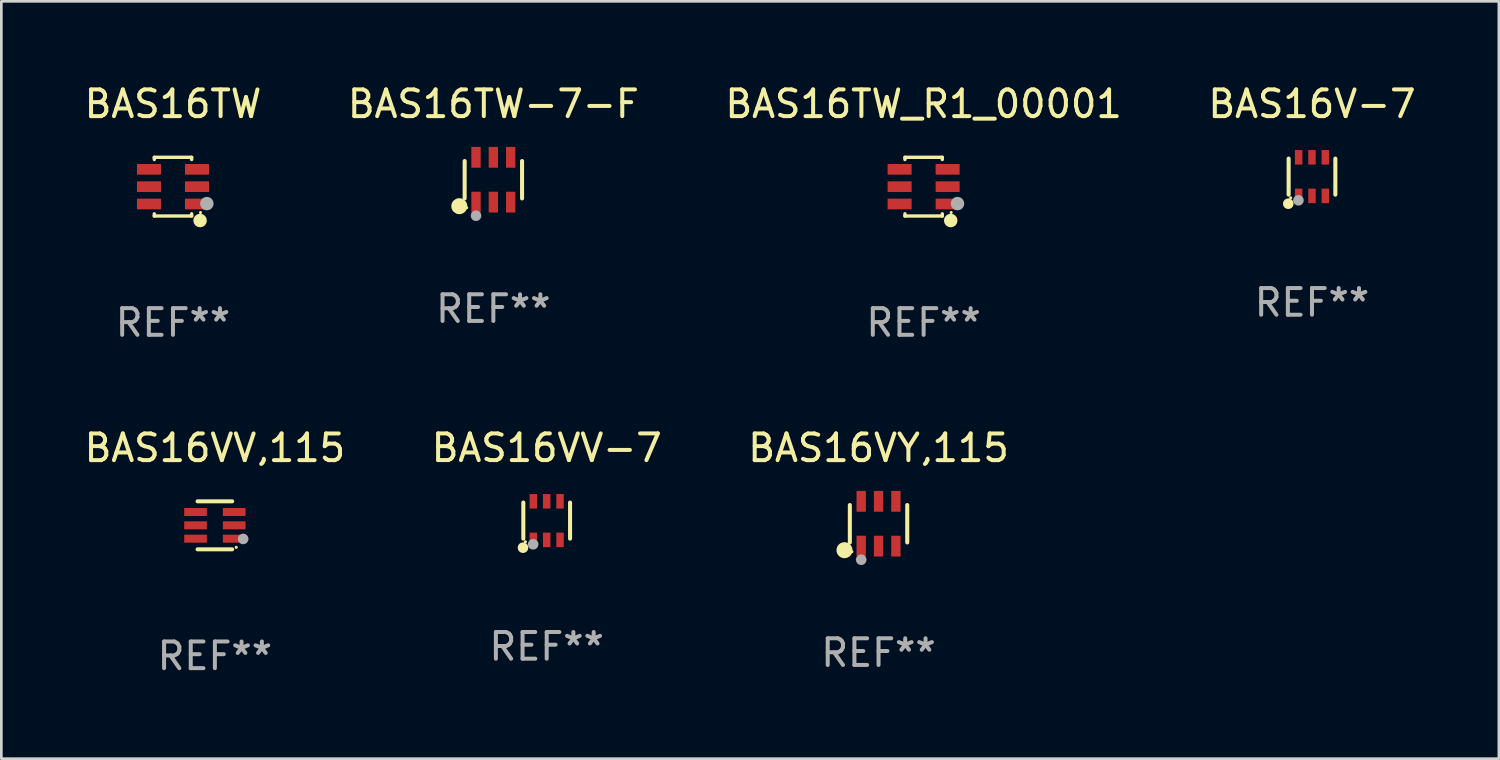
<source format=kicad_pcb>
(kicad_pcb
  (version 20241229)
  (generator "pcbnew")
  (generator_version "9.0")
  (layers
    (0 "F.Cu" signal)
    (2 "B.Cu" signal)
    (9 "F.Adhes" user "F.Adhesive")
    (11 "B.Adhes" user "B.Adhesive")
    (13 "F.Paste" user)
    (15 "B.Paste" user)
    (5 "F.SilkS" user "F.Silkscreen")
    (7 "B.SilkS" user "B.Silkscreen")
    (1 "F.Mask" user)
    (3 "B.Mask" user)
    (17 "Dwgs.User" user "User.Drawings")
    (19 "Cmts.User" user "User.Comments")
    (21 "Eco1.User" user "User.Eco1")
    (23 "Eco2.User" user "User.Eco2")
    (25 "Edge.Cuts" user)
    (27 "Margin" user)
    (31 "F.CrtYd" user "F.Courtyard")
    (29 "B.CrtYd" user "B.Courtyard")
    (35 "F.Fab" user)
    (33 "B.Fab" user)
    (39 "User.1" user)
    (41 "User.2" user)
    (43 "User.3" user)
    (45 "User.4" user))
  (footprint "BAS16VY,115"
    (layer "F.Cu")
    (at 29.887 16.585)
    (property "Reference" "BAS16VY,115" (at 0 -2.84 0) (layer "F.SilkS") (effects (font (size 1 1) (thickness 0.15))))
    (attr through_hole)
    (fp_line (start -1.076 0.701) (end -1.076 -0.701) (stroke (width 0.152) (type solid)) (layer "F.SilkS"))
    (fp_line (start 1.076 0.701) (end 1.076 -0.701) (stroke (width 0.152) (type solid)) (layer "F.SilkS"))
    (fp_circle (center -1.277 0.992) (end -1.127 0.992) (stroke (width 0.3) (type solid)) (fill no) (layer "F.SilkS"))
    (fp_circle (center -1 1.05) (end -0.97 1.05) (stroke (width 0.06) (type solid)) (fill no) (layer "F.SilkS"))
    (fp_circle (center -0.65 1.35) (end -0.55 1.35) (stroke (width 0.2) (type solid)) (fill no) (layer "F.Fab"))
    (fp_text user "REF**" (at 0 4.84 0) (layer "F.Fab") (effects (font (size 1 1) (thickness 0.15))))
    (pad "1" smd rect (at -0.65 0.84) (size 0.35 0.78) (layers "F.Cu" "F.Mask" "F.Paste"))
    (pad "2" smd rect (at 0 0.84) (size 0.35 0.78) (layers "F.Cu" "F.Mask" "F.Paste"))
    (pad "3" smd rect (at 0.65 0.84) (size 0.35 0.78) (layers "F.Cu" "F.Mask" "F.Paste"))
    (pad "4" smd rect (at 0.65 -0.84) (size 0.35 0.78) (layers "F.Cu" "F.Mask" "F.Paste"))
    (pad "5" smd rect (at 0 -0.84) (size 0.35 0.78) (layers "F.Cu" "F.Mask" "F.Paste"))
    (pad "6" smd rect (at -0.65 -0.84) (size 0.35 0.78) (layers "F.Cu" "F.Mask" "F.Paste")))
  (footprint "BAS16V-7"
    (layer "F.Cu")
    (at 46.137 3.571)
    (property "Reference" "BAS16V-7" (at 0 -2.723 0) (layer "F.SilkS") (effects (font (size 1 1) (thickness 0.15))))
    (attr through_hole)
    (fp_line (start -0.876 0.676) (end -0.876 -0.676) (stroke (width 0.152) (type solid)) (layer "F.SilkS"))
    (fp_line (start 0.876 0.676) (end 0.876 -0.676) (stroke (width 0.152) (type solid)) (layer "F.SilkS"))
    (fp_circle (center -0.889 1.016) (end -0.789 1.016) (stroke (width 0.2) (type solid)) (fill no) (layer "F.SilkS"))
    (fp_circle (center -0.8 0.795) (end -0.77 0.795) (stroke (width 0.06) (type solid)) (fill no) (layer "F.SilkS"))
    (fp_circle (center -0.508 0.889) (end -0.408 0.889) (stroke (width 0.2) (type solid)) (fill no) (layer "F.Fab"))
    (fp_text user "REF**" (at 0 4.723 0) (layer "F.Fab") (effects (font (size 1 1) (thickness 0.15))))
    (pad "1" smd rect (at -0.5 0.723) (size 0.28 0.545) (layers "F.Cu" "F.Mask" "F.Paste"))
    (pad "2" smd rect (at 0 0.723) (size 0.28 0.545) (layers "F.Cu" "F.Mask" "F.Paste"))
    (pad "3" smd rect (at 0.5 0.723) (size 0.28 0.545) (layers "F.Cu" "F.Mask" "F.Paste"))
    (pad "4" smd rect (at 0.5 -0.723) (size 0.28 0.545) (layers "F.Cu" "F.Mask" "F.Paste"))
    (pad "5" smd rect (at 0 -0.723) (size 0.28 0.545) (layers "F.Cu" "F.Mask" "F.Paste"))
    (pad "6" smd rect (at -0.5 -0.723) (size 0.28 0.545) (layers "F.Cu" "F.Mask" "F.Paste")))
  (footprint "BAS16TW"
    (layer "F.Cu")
    (at 3.435 3.948)
    (property "Reference" "BAS16TW" (at 0 -3.1 0) (layer "F.SilkS") (effects (font (size 1 1) (thickness 0.15))))
    (attr through_hole)
    (fp_line (start -0.7 -1.018) (end -0.7 -1.1) (stroke (width 0.127) (type solid)) (layer "F.SilkS"))
    (fp_line (start -0.7 1.1) (end -0.7 1.018) (stroke (width 0.127) (type solid)) (layer "F.SilkS"))
    (fp_line (start 0.7 -1.1) (end -0.7 -1.1) (stroke (width 0.127) (type solid)) (layer "F.SilkS"))
    (fp_line (start 0.7 -1.018) (end 0.7 -1.1) (stroke (width 0.127) (type solid)) (layer "F.SilkS"))
    (fp_line (start 0.7 1.1) (end -0.7 1.1) (stroke (width 0.127) (type solid)) (layer "F.SilkS"))
    (fp_line (start 0.7 1.1) (end 0.7 1.018) (stroke (width 0.127) (type solid)) (layer "F.SilkS"))
    (fp_circle (center 1.016 1.27) (end 1.143 1.27) (stroke (width 0.254) (type solid)) (fill no) (layer "F.SilkS"))
    (fp_circle (center 1.032 0.97) (end 1.062 0.97) (stroke (width 0.06) (type solid)) (fill no) (layer "F.SilkS"))
    (fp_circle (center 1.27 0.635) (end 1.397 0.635) (stroke (width 0.254) (type solid)) (fill no) (layer "F.Fab"))
    (fp_text user "REF**" (at 0 5.1 0) (layer "F.Fab") (effects (font (size 1 1) (thickness 0.15))))
    (pad "1" smd rect (at 0.9 0.65 90) (size 0.4 0.9) (layers "F.Cu" "F.Mask" "F.Paste"))
    (pad "2" smd rect (at 0.9 -0.000102 90) (size 0.4 0.9) (layers "F.Cu" "F.Mask" "F.Paste"))
    (pad "3" smd rect (at 0.9 -0.65 90) (size 0.4 0.9) (layers "F.Cu" "F.Mask" "F.Paste"))
    (pad "4" smd rect (at -0.9 -0.65 90) (size 0.4 0.9) (layers "F.Cu" "F.Mask" "F.Paste"))
    (pad "5" smd rect (at -0.9 -0.000102 90) (size 0.4 0.9) (layers "F.Cu" "F.Mask" "F.Paste"))
    (pad "6" smd rect (at -0.9 0.65 90) (size 0.4 0.9) (layers "F.Cu" "F.Mask" "F.Paste")))
  (footprint "BAS16TW_R1_00001"
    (layer "F.Cu")
    (at 31.577 3.948)
    (property "Reference" "BAS16TW_R1_00001" (at 0 -3.1 0) (layer "F.SilkS") (effects (font (size 1 1) (thickness 0.15))))
    (attr through_hole)
    (fp_line (start -0.7 -1.018) (end -0.7 -1.1) (stroke (width 0.127) (type solid)) (layer "F.SilkS"))
    (fp_line (start -0.7 1.1) (end -0.7 1.018) (stroke (width 0.127) (type solid)) (layer "F.SilkS"))
    (fp_line (start 0.7 -1.1) (end -0.7 -1.1) (stroke (width 0.127) (type solid)) (layer "F.SilkS"))
    (fp_line (start 0.7 -1.018) (end 0.7 -1.1) (stroke (width 0.127) (type solid)) (layer "F.SilkS"))
    (fp_line (start 0.7 1.1) (end -0.7 1.1) (stroke (width 0.127) (type solid)) (layer "F.SilkS"))
    (fp_line (start 0.7 1.1) (end 0.7 1.018) (stroke (width 0.127) (type solid)) (layer "F.SilkS"))
    (fp_circle (center 1.016 1.27) (end 1.143 1.27) (stroke (width 0.254) (type solid)) (fill no) (layer "F.SilkS"))
    (fp_circle (center 1.032 0.97) (end 1.062 0.97) (stroke (width 0.06) (type solid)) (fill no) (layer "F.SilkS"))
    (fp_circle (center 1.27 0.635) (end 1.397 0.635) (stroke (width 0.254) (type solid)) (fill no) (layer "F.Fab"))
    (fp_text user "REF**" (at 0 5.1 0) (layer "F.Fab") (effects (font (size 1 1) (thickness 0.15))))
    (pad "1" smd rect (at 0.9 0.65 90) (size 0.4 0.9) (layers "F.Cu" "F.Mask" "F.Paste"))
    (pad "2" smd rect (at 0.9 -0.000102 90) (size 0.4 0.9) (layers "F.Cu" "F.Mask" "F.Paste"))
    (pad "3" smd rect (at 0.9 -0.65 90) (size 0.4 0.9) (layers "F.Cu" "F.Mask" "F.Paste"))
    (pad "4" smd rect (at -0.9 -0.65 90) (size 0.4 0.9) (layers "F.Cu" "F.Mask" "F.Paste"))
    (pad "5" smd rect (at -0.9 -0.000102 90) (size 0.4 0.9) (layers "F.Cu" "F.Mask" "F.Paste"))
    (pad "6" smd rect (at -0.9 0.65 90) (size 0.4 0.9) (layers "F.Cu" "F.Mask" "F.Paste")))
  (footprint "BAS16TW-7-F"
    (layer "F.Cu")
    (at 15.446 3.688)
    (property "Reference" "BAS16TW-7-F" (at 0 -2.84 0) (layer "F.SilkS") (effects (font (size 1 1) (thickness 0.15))))
    (attr through_hole)
    (fp_line (start -1.076 0.701) (end -1.076 -0.701) (stroke (width 0.152) (type solid)) (layer "F.SilkS"))
    (fp_line (start 1.076 0.701) (end 1.076 -0.701) (stroke (width 0.152) (type solid)) (layer "F.SilkS"))
    (fp_circle (center -1.277 0.992) (end -1.127 0.992) (stroke (width 0.3) (type solid)) (fill no) (layer "F.SilkS"))
    (fp_circle (center -1 1.05) (end -0.97 1.05) (stroke (width 0.06) (type solid)) (fill no) (layer "F.SilkS"))
    (fp_circle (center -0.65 1.35) (end -0.55 1.35) (stroke (width 0.2) (type solid)) (fill no) (layer "F.Fab"))
    (fp_text user "REF**" (at 0 4.84 0) (layer "F.Fab") (effects (font (size 1 1) (thickness 0.15))))
    (pad "1" smd rect (at -0.65 0.84) (size 0.35 0.78) (layers "F.Cu" "F.Mask" "F.Paste"))
    (pad "2" smd rect (at 0 0.84) (size 0.35 0.78) (layers "F.Cu" "F.Mask" "F.Paste"))
    (pad "3" smd rect (at 0.65 0.84) (size 0.35 0.78) (layers "F.Cu" "F.Mask" "F.Paste"))
    (pad "4" smd rect (at 0.65 -0.84) (size 0.35 0.78) (layers "F.Cu" "F.Mask" "F.Paste"))
    (pad "5" smd rect (at 0 -0.84) (size 0.35 0.78) (layers "F.Cu" "F.Mask" "F.Paste"))
    (pad "6" smd rect (at -0.65 -0.84) (size 0.35 0.78) (layers "F.Cu" "F.Mask" "F.Paste")))
  (footprint "BAS16VV,115"
    (layer "F.Cu")
    (at 5.006 16.645)
    (property "Reference" "BAS16VV,115" (at 0 -2.9 0) (layer "F.SilkS") (effects (font (size 1 1) (thickness 0.15))))
    (attr through_hole)
    (fp_line (start 0.65 -0.9) (end -0.65 -0.9) (stroke (width 0.15) (type solid)) (layer "F.SilkS"))
    (fp_line (start 0.65 0.9) (end -0.65 0.9) (stroke (width 0.15) (type solid)) (layer "F.SilkS"))
    (fp_circle (center 0.8 0.825) (end 0.83 0.825) (stroke (width 0.06) (type solid)) (fill no) (layer "F.SilkS"))
    (fp_circle (center 1.06 0.51) (end 1.16 0.51) (stroke (width 0.2) (type solid)) (fill no) (layer "F.Fab"))
    (fp_text user "REF**" (at 0 4.9 0) (layer "F.Fab") (effects (font (size 1 1) (thickness 0.15))))
    (pad "1" smd rect (at 0.725 0.5 90) (size 0.3 0.85) (layers "F.Cu" "F.Mask" "F.Paste"))
    (pad "2" smd rect (at 0.725 0.000102 90) (size 0.3 0.85) (layers "F.Cu" "F.Mask" "F.Paste"))
    (pad "3" smd rect (at 0.725 -0.5 90) (size 0.3 0.85) (layers "F.Cu" "F.Mask" "F.Paste"))
    (pad "4" smd rect (at -0.725 -0.5 90) (size 0.3 0.85) (layers "F.Cu" "F.Mask" "F.Paste"))
    (pad "5" smd rect (at -0.725 0.000102 90) (size 0.3 0.85) (layers "F.Cu" "F.Mask" "F.Paste"))
    (pad "6" smd rect (at -0.725 0.5 90) (size 0.3 0.85) (layers "F.Cu" "F.Mask" "F.Paste")))
  (footprint "BAS16VV-7"
    (layer "F.Cu")
    (at 17.446 16.467)
    (property "Reference" "BAS16VV-7" (at 0 -2.723 0) (layer "F.SilkS") (effects (font (size 1 1) (thickness 0.15))))
    (attr through_hole)
    (fp_line (start -0.876 0.676) (end -0.876 -0.676) (stroke (width 0.152) (type solid)) (layer "F.SilkS"))
    (fp_line (start 0.876 0.676) (end 0.876 -0.676) (stroke (width 0.152) (type solid)) (layer "F.SilkS"))
    (fp_circle (center -0.889 1.016) (end -0.789 1.016) (stroke (width 0.2) (type solid)) (fill no) (layer "F.SilkS"))
    (fp_circle (center -0.8 0.795) (end -0.77 0.795) (stroke (width 0.06) (type solid)) (fill no) (layer "F.SilkS"))
    (fp_circle (center -0.508 0.889) (end -0.408 0.889) (stroke (width 0.2) (type solid)) (fill no) (layer "F.Fab"))
    (fp_text user "REF**" (at 0 4.723 0) (layer "F.Fab") (effects (font (size 1 1) (thickness 0.15))))
    (pad "1" smd rect (at -0.5 0.723) (size 0.28 0.545) (layers "F.Cu" "F.Mask" "F.Paste"))
    (pad "2" smd rect (at 0 0.723) (size 0.28 0.545) (layers "F.Cu" "F.Mask" "F.Paste"))
    (pad "3" smd rect (at 0.5 0.723) (size 0.28 0.545) (layers "F.Cu" "F.Mask" "F.Paste"))
    (pad "4" smd rect (at 0.5 -0.723) (size 0.28 0.545) (layers "F.Cu" "F.Mask" "F.Paste"))
    (pad "5" smd rect (at 0 -0.723) (size 0.28 0.545) (layers "F.Cu" "F.Mask" "F.Paste"))
    (pad "6" smd rect (at -0.5 -0.723) (size 0.28 0.545) (layers "F.Cu" "F.Mask" "F.Paste")))
  (gr_rect
    (start -3 -3)
    (end 53.143 25.393)
    (stroke (width 0.1) (type default))
    (fill no)
    (layer "Edge.Cuts")))
</source>
